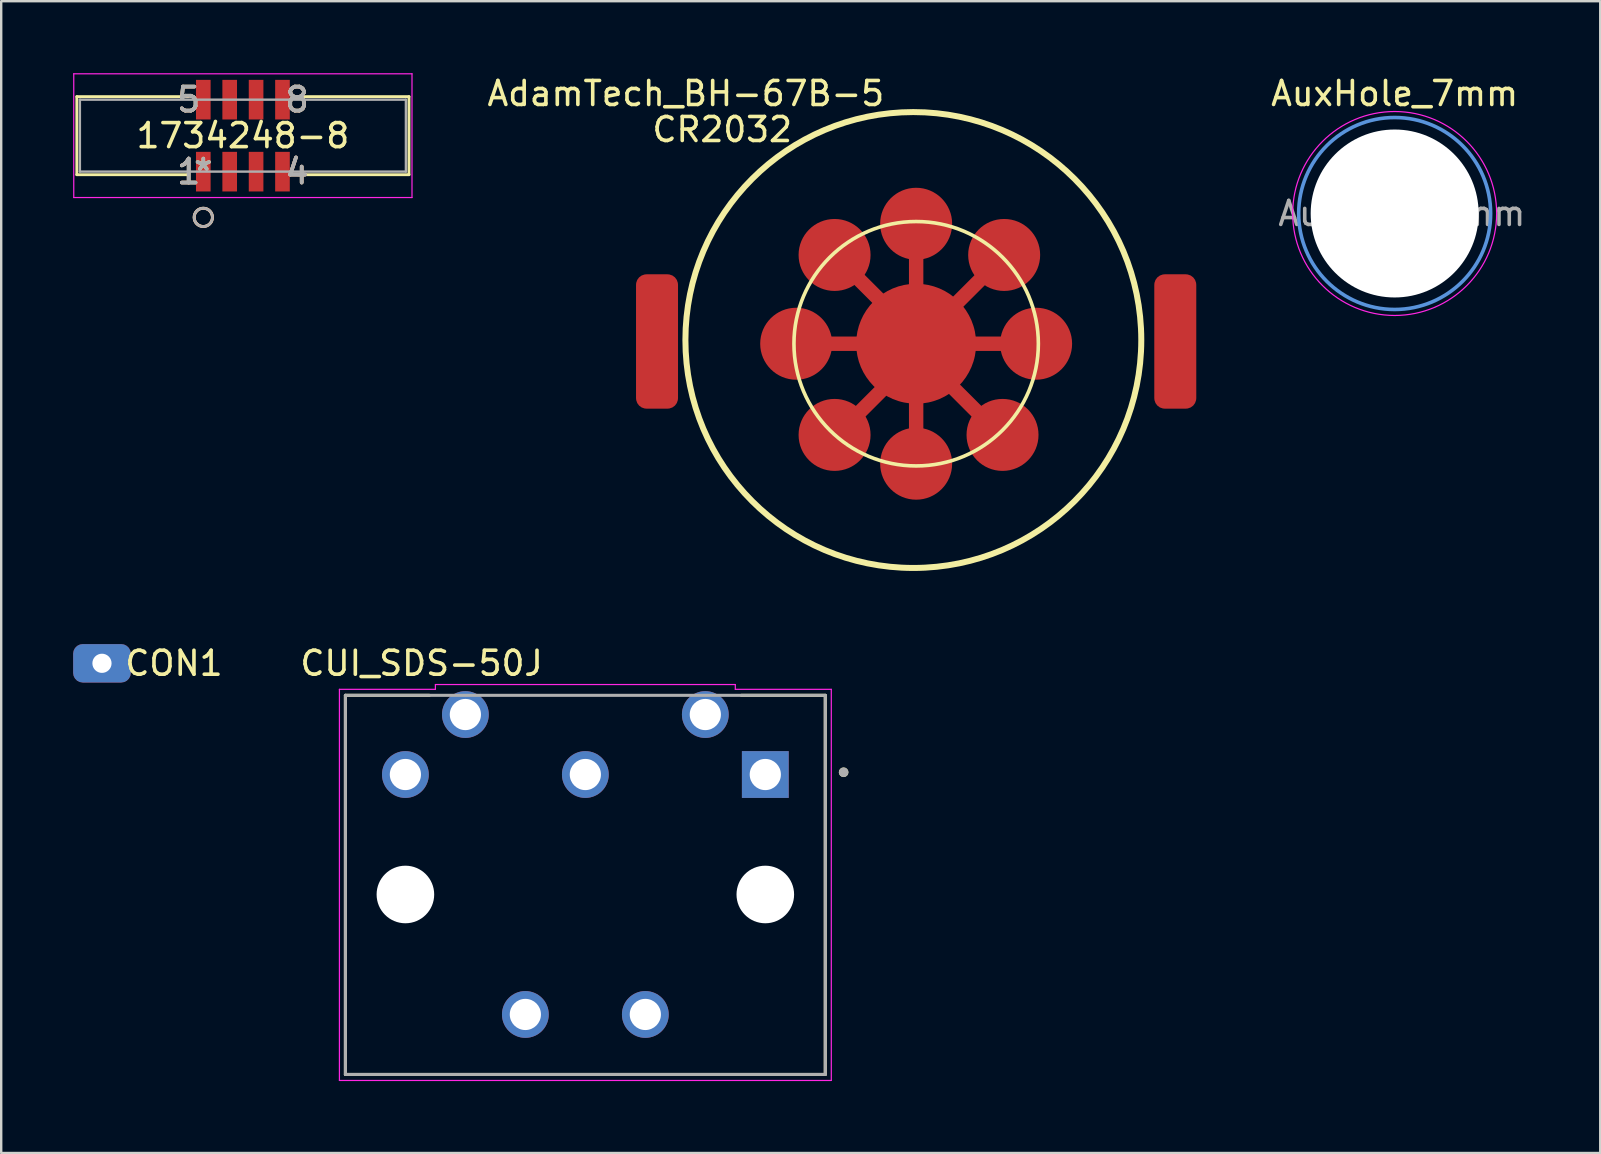
<source format=kicad_pcb>
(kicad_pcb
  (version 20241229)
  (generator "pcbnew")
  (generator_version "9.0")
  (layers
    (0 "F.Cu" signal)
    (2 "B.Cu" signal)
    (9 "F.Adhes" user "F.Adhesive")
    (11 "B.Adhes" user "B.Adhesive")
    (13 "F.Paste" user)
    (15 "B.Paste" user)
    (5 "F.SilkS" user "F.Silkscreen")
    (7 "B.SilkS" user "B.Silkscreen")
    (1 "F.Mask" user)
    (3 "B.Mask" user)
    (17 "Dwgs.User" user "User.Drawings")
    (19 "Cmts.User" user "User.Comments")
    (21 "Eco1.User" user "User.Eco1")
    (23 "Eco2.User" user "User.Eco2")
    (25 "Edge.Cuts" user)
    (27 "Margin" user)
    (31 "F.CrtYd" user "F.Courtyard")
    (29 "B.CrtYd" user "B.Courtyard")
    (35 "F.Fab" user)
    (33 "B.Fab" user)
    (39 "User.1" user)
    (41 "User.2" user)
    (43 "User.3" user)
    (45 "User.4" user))
  (footprint "CON1"
    (layer "F.Cu")
    (at 1.2 24.595)
    (property "Reference" "CON1" (at 3 0 0) (layer "F.SilkS") (effects (font (size 1 1) (thickness 0.15))))
    (attr through_hole)
    (pad "1" thru_hole roundrect (at 0 0) (size 2.4 1.6) (drill 0.8) (layers "*.Cu" "*.Mask") (roundrect_rratio 0.25)))
  (footprint "AuxHole_7mm"
    (layer "F.Cu")
    (at 55.076 5.848)
    (property "Reference" "AuxHole_7mm" (at 0 -5 0) (layer "F.SilkS") (effects (font (size 1 1) (thickness 0.15))))
    (attr exclude_from_pos_files exclude_from_bom)
    (fp_circle (center 0 0) (end 4 0) (stroke (width 0.15) (type solid)) (fill no) (layer "Cmts.User"))
    (fp_circle (center 0 0) (end 4.25 0) (stroke (width 0.05) (type solid)) (fill no) (layer "F.CrtYd"))
    (fp_text user "${REFERENCE}" (at 0.3 0 0) (layer "F.Fab") (effects (font (size 1 1) (thickness 0.15))))
    (pad "" np_thru_hole circle (at 0 0) (size 7 7) (drill 7) (layers "*.Cu" "*.Mask")))
  (footprint "CUI_SDS-50J"
    (layer "F.Cu")
    (at 21.346 34.23)
    (property "Reference" "CUI_SDS-50J" (at -6.825 -9.635 0) (layer "F.SilkS") (effects (font (size 1 1) (thickness 0.15))))
    (attr through_hole)
    (fp_line (start -10 -8.3) (end -6.5 -8.3) (stroke (width 0.127) (type solid)) (layer "F.SilkS"))
    (fp_line (start -10 7.5) (end -10 -8.3) (stroke (width 0.127) (type solid)) (layer "F.SilkS"))
    (fp_line (start -10 7.5) (end 10 7.5) (stroke (width 0.127) (type solid)) (layer "F.SilkS"))
    (fp_line (start 6.5 -8.3) (end 10 -8.3) (stroke (width 0.127) (type solid)) (layer "F.SilkS"))
    (fp_line (start 10 -8.3) (end 10 7.5) (stroke (width 0.127) (type solid)) (layer "F.SilkS"))
    (fp_circle (center 10.764 -5.094) (end 10.864 -5.094) (stroke (width 0.2) (type solid)) (fill no) (layer "F.SilkS"))
    (fp_line (start -10.25 -8.55) (end -6.25 -8.55) (stroke (width 0.05) (type solid)) (layer "F.CrtYd"))
    (fp_line (start -10.25 7.75) (end -10.25 -8.55) (stroke (width 0.05) (type solid)) (layer "F.CrtYd"))
    (fp_line (start -6.25 -8.75) (end 6.25 -8.75) (stroke (width 0.05) (type solid)) (layer "F.CrtYd"))
    (fp_line (start -6.25 -8.55) (end -6.25 -8.75) (stroke (width 0.05) (type solid)) (layer "F.CrtYd"))
    (fp_line (start 6.25 -8.75) (end 6.25 -8.55) (stroke (width 0.05) (type solid)) (layer "F.CrtYd"))
    (fp_line (start 6.25 -8.55) (end 10.25 -8.55) (stroke (width 0.05) (type solid)) (layer "F.CrtYd"))
    (fp_line (start 10.25 -8.55) (end 10.25 7.75) (stroke (width 0.05) (type solid)) (layer "F.CrtYd"))
    (fp_line (start 10.25 7.75) (end -10.25 7.75) (stroke (width 0.05) (type solid)) (layer "F.CrtYd"))
    (fp_line (start -10 -8.3) (end 10 -8.3) (stroke (width 0.127) (type solid)) (layer "F.Fab"))
    (fp_line (start -10 7.5) (end -10 -8.3) (stroke (width 0.127) (type solid)) (layer "F.Fab"))
    (fp_line (start 10 -8.3) (end 10 7.5) (stroke (width 0.127) (type solid)) (layer "F.Fab"))
    (fp_line (start 10 7.5) (end -10 7.5) (stroke (width 0.127) (type solid)) (layer "F.Fab"))
    (fp_circle (center 10.764 -5.094) (end 10.864 -5.094) (stroke (width 0.2) (type solid)) (fill no) (layer "F.Fab"))
    (pad "" np_thru_hole circle (at -7.5 0) (size 2.4 2.4) (drill 2.4) (layers "*.Cu" "*.Mask"))
    (pad "" np_thru_hole circle (at 7.5 0) (size 2.4 2.4) (drill 2.4) (layers "*.Cu" "*.Mask"))
    (pad "1" thru_hole rect (at 7.5 -5) (size 1.95 1.95) (drill 1.3) (layers "*.Cu" "*.Mask"))
    (pad "2" thru_hole circle (at 0 -5) (size 1.95 1.95) (drill 1.3) (layers "*.Cu" "*.Mask"))
    (pad "3" thru_hole circle (at -7.5 -5) (size 1.95 1.95) (drill 1.3) (layers "*.Cu" "*.Mask"))
    (pad "4" thru_hole circle (at 5 -7.5) (size 1.95 1.95) (drill 1.3) (layers "*.Cu" "*.Mask"))
    (pad "5" thru_hole circle (at -5 -7.5) (size 1.95 1.95) (drill 1.3) (layers "*.Cu" "*.Mask"))
    (pad "E1" thru_hole circle (at -2.5 5) (size 1.95 1.95) (drill 1.3) (layers "*.Cu" "*.Mask"))
    (pad "E2" thru_hole circle (at 2.5 5) (size 1.95 1.95) (drill 1.3) (layers "*.Cu" "*.Mask")))
  (footprint "AdamTech_BH-67B-5"
    (layer "F.Cu")
    (at 35.133 11.182)
    (property "Reference" "AdamTech_BH-67B-5" (at -9.599 -10.334 0) (layer "F.SilkS") (effects (font (size 1 1) (thickness 0.15))))
    (attr through_hole)
    (fp_circle (center -0.117 -0.061) (end 9.383 -0.061) (stroke (width 0.25) (type solid)) (fill no) (layer "F.SilkS"))
    (fp_circle (center 0 0.094) (end 5.093 0.094) (stroke (width 0.15) (type solid)) (fill no) (layer "F.SilkS"))
    (fp_text user "CR2032" (at -8.082 -8.832 0) (layer "F.SilkS") (effects (font (size 1 1) (thickness 0.15))))
    (pad "1" smd roundrect (at -10.8 0) (size 1.75 5.6) (layers "F.Cu" "F.Mask" "F.Paste") (roundrect_rratio 0.25))
    (pad "1" smd roundrect (at 10.8 0) (size 1.75 5.6) (layers "F.Cu" "F.Mask" "F.Paste") (roundrect_rratio 0.25))
    (pad "2" smd circle (at -5 0.094) (size 3 3) (layers "F.Cu" "F.Mask" "F.Paste"))
    (pad "2" smd circle (at -3.4 -3.606) (size 3 3) (layers "F.Cu" "F.Mask" "F.Paste"))
    (pad "2" smd circle (at -3.4 3.894) (size 3 3) (layers "F.Cu" "F.Mask" "F.Paste"))
    (pad "2" smd roundrect (at -3.175 0.094 90) (size 0.6 2) (layers "F.Cu" "F.Mask" "F.Paste") (roundrect_rratio 0.25))
    (pad "2" smd roundrect (at -2 -2.206 45) (size 0.6 2) (layers "F.Cu" "F.Mask" "F.Paste") (roundrect_rratio 0.25))
    (pad "2" smd roundrect (at -1.9 2.494 315) (size 0.6 2) (layers "F.Cu" "F.Mask" "F.Paste") (roundrect_rratio 0.25))
    (pad "2" smd circle (at 0 -4.906) (size 3 3) (layers "F.Cu" "F.Mask" "F.Paste"))
    (pad "2" smd roundrect (at 0 -2.814) (size 0.6 2) (layers "F.Cu" "F.Mask" "F.Paste") (roundrect_rratio 0.25))
    (pad "2" smd circle (at 0 0.094) (size 5 5) (layers "F.Cu" "F.Mask" "F.Paste"))
    (pad "2" smd roundrect (at 0 3.155) (size 0.6 2) (layers "F.Cu" "F.Mask" "F.Paste") (roundrect_rratio 0.25))
    (pad "2" smd circle (at 0 5.094) (size 3 3) (layers "F.Cu" "F.Mask" "F.Paste"))
    (pad "2" smd roundrect (at 2 2.394 45) (size 0.6 2) (layers "F.Cu" "F.Mask" "F.Paste") (roundrect_rratio 0.25))
    (pad "2" smd roundrect (at 2.1 -2.006 315) (size 0.6 2) (layers "F.Cu" "F.Mask" "F.Paste") (roundrect_rratio 0.25))
    (pad "2" smd roundrect (at 3.048 0.094 90) (size 0.6 2) (layers "F.Cu" "F.Mask" "F.Paste") (roundrect_rratio 0.25))
    (pad "2" smd circle (at 3.6 3.894) (size 3 3) (layers "F.Cu" "F.Mask" "F.Paste"))
    (pad "2" smd circle (at 3.668 -3.606) (size 3 3) (layers "F.Cu" "F.Mask" "F.Paste"))
    (pad "2" smd circle (at 5 0.094) (size 3 3) (layers "F.Cu" "F.Mask" "F.Paste")))
  (footprint "1734248-8"
    (layer "F.Cu")
    (at 5.423 4.104)
    (property "Reference" "1734248-8" (at 1.65 -1.5 0) (layer "F.SilkS") (effects (font (size 1 1) (thickness 0.15))))
    (attr through_hole)
    (fp_line (start -5.271 -3.126) (end -5.271 0.126) (stroke (width 0.12) (type solid)) (layer "F.SilkS"))
    (fp_line (start -5.271 0.126) (end -0.638 0.126) (stroke (width 0.12) (type solid)) (layer "F.SilkS"))
    (fp_line (start -0.638 -3.126) (end -5.271 -3.126) (stroke (width 0.12) (type solid)) (layer "F.SilkS"))
    (fp_line (start 3.938 0.126) (end 8.572 0.126) (stroke (width 0.12) (type solid)) (layer "F.SilkS"))
    (fp_line (start 8.572 -3.126) (end 3.938 -3.126) (stroke (width 0.12) (type solid)) (layer "F.SilkS"))
    (fp_line (start 8.572 0.126) (end 8.572 -3.126) (stroke (width 0.12) (type solid)) (layer "F.SilkS"))
    (fp_circle (center 0 1.905) (end 0.381 1.905) (stroke (width 0.12) (type solid)) (fill no) (layer "F.SilkS"))
    (fp_circle (center 0 1.905) (end 0.381 1.905) (stroke (width 0.12) (type solid)) (fill no) (layer "B.SilkS"))
    (fp_line (start -5.399 -4.079) (end -5.399 1.079) (stroke (width 0.05) (type solid)) (layer "F.CrtYd"))
    (fp_line (start -5.399 1.079) (end 8.698 1.079) (stroke (width 0.05) (type solid)) (layer "F.CrtYd"))
    (fp_line (start 8.698 -4.079) (end -5.399 -4.079) (stroke (width 0.05) (type solid)) (layer "F.CrtYd"))
    (fp_line (start 8.698 1.079) (end 8.698 -4.079) (stroke (width 0.05) (type solid)) (layer "F.CrtYd"))
    (fp_line (start -5.144 -2.999) (end -5.144 -0.001) (stroke (width 0.1) (type solid)) (layer "F.Fab"))
    (fp_line (start -5.144 -0.001) (end 8.444 -0.001) (stroke (width 0.1) (type solid)) (layer "F.Fab"))
    (fp_line (start 8.444 -2.999) (end -5.144 -2.999) (stroke (width 0.1) (type solid)) (layer "F.Fab"))
    (fp_line (start 8.444 -0.001) (end 8.444 -2.999) (stroke (width 0.1) (type solid)) (layer "F.Fab"))
    (fp_circle (center 0 1.905) (end 0.381 1.905) (stroke (width 0.1) (type solid)) (fill no) (layer "F.Fab"))
    (fp_text user "4" (at 3.91 0 0) (layer "F.SilkS") (effects (font (size 1 1) (thickness 0.15))))
    (fp_text user "8" (at 3.91 -3 0) (layer "F.SilkS") (effects (font (size 1 1) (thickness 0.15))))
    (fp_text user "5" (at -0.61 -3 0) (layer "F.SilkS") (effects (font (size 1 1) (thickness 0.15))))
    (fp_text user "*" (at 0 0 0) (layer "F.SilkS") (effects (font (size 1 1) (thickness 0.15))))
    (fp_text user "1" (at -0.61 0 0) (layer "F.SilkS") (effects (font (size 1 1) (thickness 0.15))))
    (fp_text user "4" (at 3.91 0 0) (layer "B.SilkS") (effects (font (size 1 1) (thickness 0.15))))
    (fp_text user "8" (at 3.91 -3 0) (layer "B.SilkS") (effects (font (size 1 1) (thickness 0.15))))
    (fp_text user "1" (at -0.61 0 0) (layer "B.SilkS") (effects (font (size 1 1) (thickness 0.15))))
    (fp_text user "5" (at -0.61 -3 0) (layer "B.SilkS") (effects (font (size 1 1) (thickness 0.15))))
    (fp_text user "Copyright 2021 Accelerated Designs. All rights reserved." (at 0 0 0) (layer "Cmts.User") (effects (font (size 0.127 0.127) (thickness 0.002))))
    (fp_text user "*" (at 0 0 0) (layer "F.Fab") (effects (font (size 1 1) (thickness 0.15))))
    (fp_text user "8" (at 3.91 -3 0) (layer "F.Fab") (effects (font (size 1 1) (thickness 0.15))))
    (fp_text user "1" (at -0.61 0 0) (layer "F.Fab") (effects (font (size 1 1) (thickness 0.15))))
    (fp_text user "5" (at -0.61 -3 0) (layer "F.Fab") (effects (font (size 1 1) (thickness 0.15))))
    (fp_text user "4" (at 3.91 0 0) (layer "F.Fab") (effects (font (size 1 1) (thickness 0.15))))
    (pad "1" smd rect (at 0.000001 0) (size 0.61 1.651) (layers "F.Cu" "F.Mask" "F.Paste"))
    (pad "2" smd rect (at 1.1 0) (size 0.61 1.651) (layers "F.Cu" "F.Mask" "F.Paste"))
    (pad "3" smd rect (at 2.2 0) (size 0.61 1.651) (layers "F.Cu" "F.Mask" "F.Paste"))
    (pad "4" smd rect (at 3.3 0) (size 0.61 1.651) (layers "F.Cu" "F.Mask" "F.Paste"))
    (pad "5" smd rect (at 0.000001 -3) (size 0.61 1.651) (layers "F.Cu" "F.Mask" "F.Paste"))
    (pad "6" smd rect (at 1.1 -3) (size 0.61 1.651) (layers "F.Cu" "F.Mask" "F.Paste"))
    (pad "7" smd rect (at 2.2 -3) (size 0.61 1.651) (layers "F.Cu" "F.Mask" "F.Paste"))
    (pad "8" smd rect (at 3.3 -3) (size 0.61 1.651) (layers "F.Cu" "F.Mask" "F.Paste")))
  (gr_rect
    (start -3 -3)
    (end 63.644 45.005)
    (stroke (width 0.1) (type default))
    (fill no)
    (layer "Edge.Cuts")))
</source>
